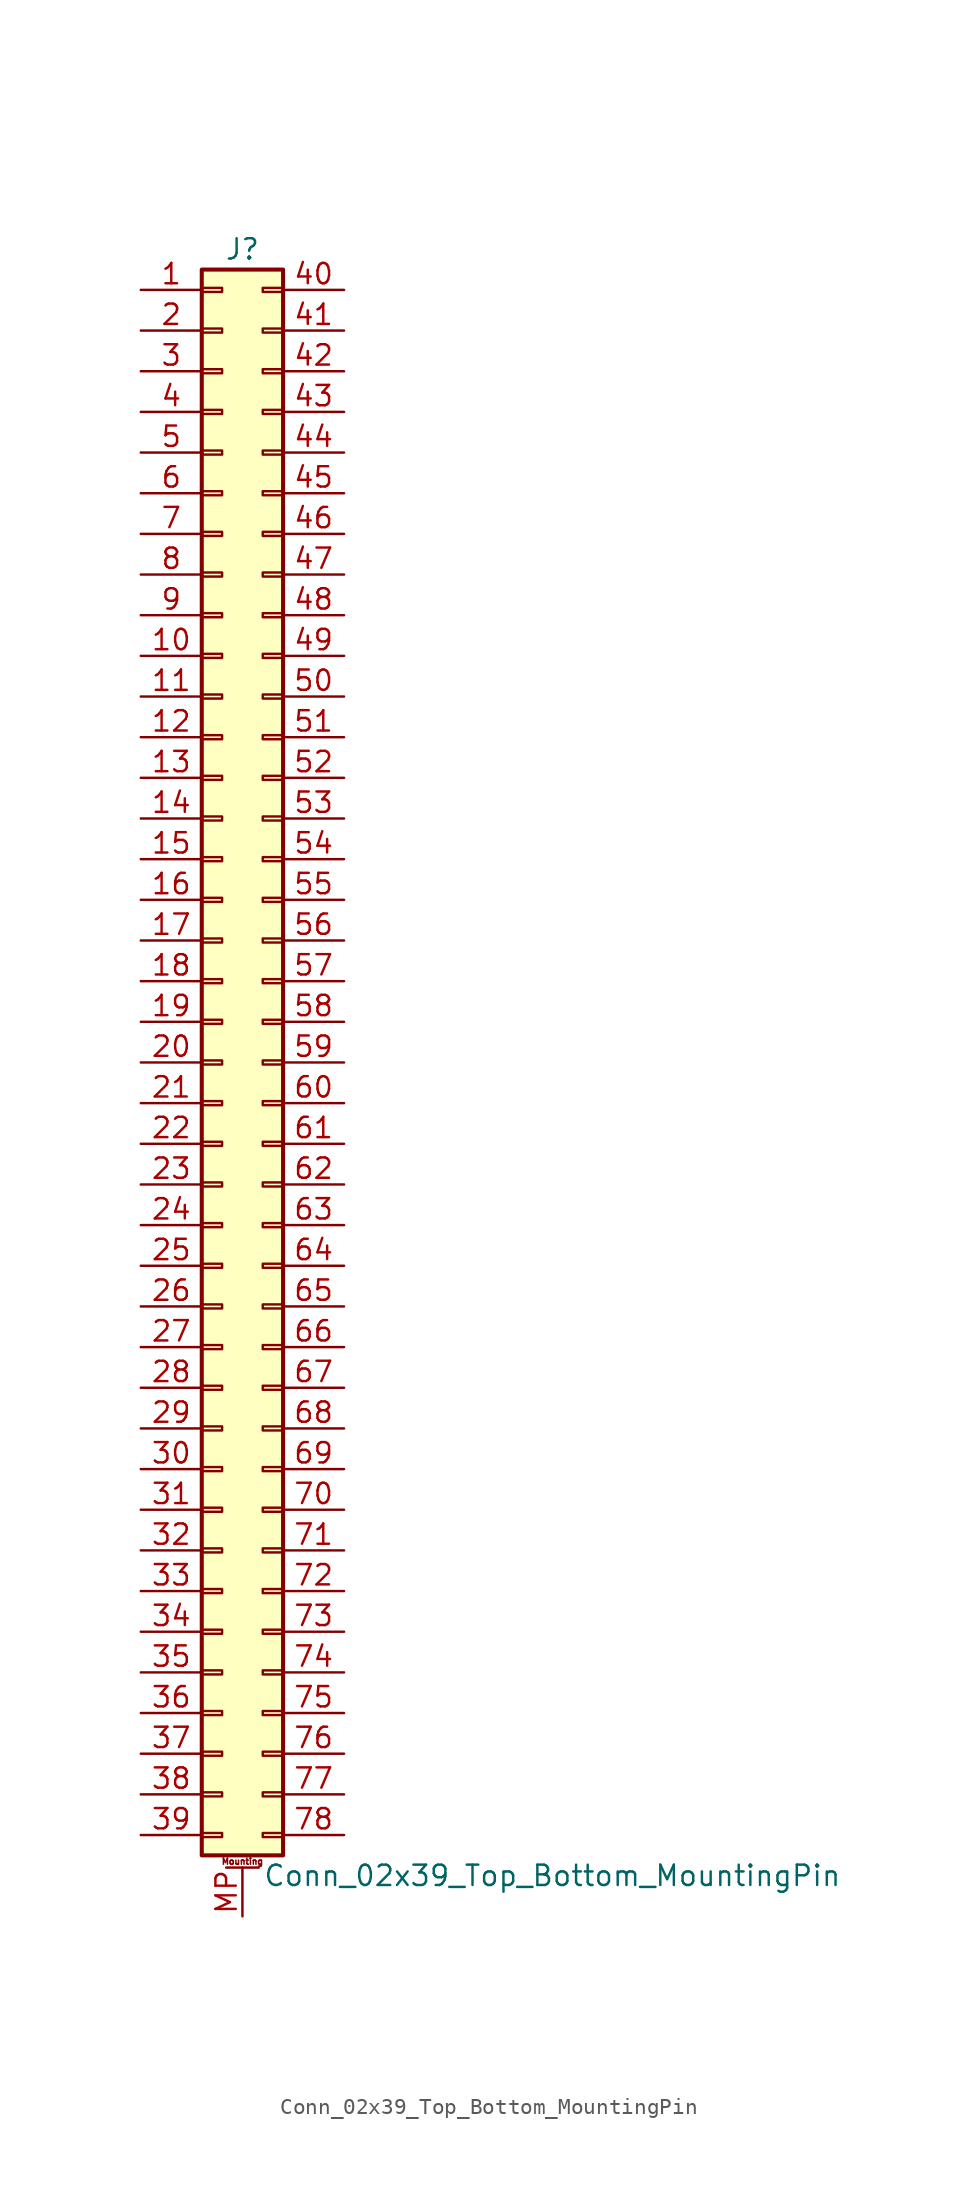
<source format=kicad_sym>
(kicad_symbol_lib
  (version 20220914)
  (generator kicad_symbol_editor)
  (symbol "Conn_02x39_Top_Bottom_MountingPin"
    (pin_names
      (offset 1.016) hide)
    (property "Reference" "J"
      (at 1.27 50.8 0)
      (effects (font (size 1.27 1.27))))
    (property "Value" "Conn_02x39_Top_Bottom_MountingPin"
      (at 2.54 -50.8 0)
      (effects (font (size 1.27 1.27)) (justify left)))
    (symbol "Conn_02x39_Top_Bottom_MountingPin_1_1"
      (rectangle (start -1.27 -48.133) (end 0 -48.387) (stroke (width 0.152) (type default)) (fill (type none)))
      (rectangle (start -1.27 -45.593) (end 0 -45.847) (stroke (width 0.152) (type default)) (fill (type none)))
      (rectangle (start -1.27 -43.053) (end 0 -43.307) (stroke (width 0.152) (type default)) (fill (type none)))
      (rectangle (start -1.27 -40.513) (end 0 -40.767) (stroke (width 0.152) (type default)) (fill (type none)))
      (rectangle (start -1.27 -37.973) (end 0 -38.227) (stroke (width 0.152) (type default)) (fill (type none)))
      (rectangle (start -1.27 -35.433) (end 0 -35.687) (stroke (width 0.152) (type default)) (fill (type none)))
      (rectangle (start -1.27 -32.893) (end 0 -33.147) (stroke (width 0.152) (type default)) (fill (type none)))
      (rectangle (start -1.27 -30.353) (end 0 -30.607) (stroke (width 0.152) (type default)) (fill (type none)))
      (rectangle (start -1.27 -27.813) (end 0 -28.067) (stroke (width 0.152) (type default)) (fill (type none)))
      (rectangle (start -1.27 -25.273) (end 0 -25.527) (stroke (width 0.152) (type default)) (fill (type none)))
      (rectangle (start -1.27 -22.733) (end 0 -22.987) (stroke (width 0.152) (type default)) (fill (type none)))
      (rectangle (start -1.27 -20.193) (end 0 -20.447) (stroke (width 0.152) (type default)) (fill (type none)))
      (rectangle (start -1.27 -17.653) (end 0 -17.907) (stroke (width 0.152) (type default)) (fill (type none)))
      (rectangle (start -1.27 -15.113) (end 0 -15.367) (stroke (width 0.152) (type default)) (fill (type none)))
      (rectangle (start -1.27 -12.573) (end 0 -12.827) (stroke (width 0.152) (type default)) (fill (type none)))
      (rectangle (start -1.27 -10.033) (end 0 -10.287) (stroke (width 0.152) (type default)) (fill (type none)))
      (rectangle (start -1.27 -7.493) (end 0 -7.747) (stroke (width 0.152) (type default)) (fill (type none)))
      (rectangle (start -1.27 -4.953) (end 0 -5.207) (stroke (width 0.152) (type default)) (fill (type none)))
      (rectangle (start -1.27 -2.413) (end 0 -2.667) (stroke (width 0.152) (type default)) (fill (type none)))
      (rectangle (start -1.27 0.127) (end 0 -0.127) (stroke (width 0.152) (type default)) (fill (type none)))
      (rectangle (start -1.27 2.667) (end 0 2.413) (stroke (width 0.152) (type default)) (fill (type none)))
      (rectangle (start -1.27 5.207) (end 0 4.953) (stroke (width 0.152) (type default)) (fill (type none)))
      (rectangle (start -1.27 7.747) (end 0 7.493) (stroke (width 0.152) (type default)) (fill (type none)))
      (rectangle (start -1.27 10.287) (end 0 10.033) (stroke (width 0.152) (type default)) (fill (type none)))
      (rectangle (start -1.27 12.827) (end 0 12.573) (stroke (width 0.152) (type default)) (fill (type none)))
      (rectangle (start -1.27 15.367) (end 0 15.113) (stroke (width 0.152) (type default)) (fill (type none)))
      (rectangle (start -1.27 17.907) (end 0 17.653) (stroke (width 0.152) (type default)) (fill (type none)))
      (rectangle (start -1.27 20.447) (end 0 20.193) (stroke (width 0.152) (type default)) (fill (type none)))
      (rectangle (start -1.27 22.987) (end 0 22.733) (stroke (width 0.152) (type default)) (fill (type none)))
      (rectangle (start -1.27 25.527) (end 0 25.273) (stroke (width 0.152) (type default)) (fill (type none)))
      (rectangle (start -1.27 28.067) (end 0 27.813) (stroke (width 0.152) (type default)) (fill (type none)))
      (rectangle (start -1.27 30.607) (end 0 30.353) (stroke (width 0.152) (type default)) (fill (type none)))
      (rectangle (start -1.27 33.147) (end 0 32.893) (stroke (width 0.152) (type default)) (fill (type none)))
      (rectangle (start -1.27 35.687) (end 0 35.433) (stroke (width 0.152) (type default)) (fill (type none)))
      (rectangle (start -1.27 38.227) (end 0 37.973) (stroke (width 0.152) (type default)) (fill (type none)))
      (rectangle (start -1.27 40.767) (end 0 40.513) (stroke (width 0.152) (type default)) (fill (type none)))
      (rectangle (start -1.27 43.307) (end 0 43.053) (stroke (width 0.152) (type default)) (fill (type none)))
      (rectangle (start -1.27 45.847) (end 0 45.593) (stroke (width 0.152) (type default)) (fill (type none)))
      (rectangle (start -1.27 48.387) (end 0 48.133) (stroke (width 0.152) (type default)) (fill (type none)))
      (rectangle (start -1.27 49.53) (end 3.81 -49.53) (stroke (width 0.254) (type default)) (fill (type background)))
      (polyline (pts (xy 0.254 -50.292) (xy 2.286 -50.292)) (stroke (width 0.152) (type default)) (fill (type none)))
      (rectangle (start 3.81 -48.133) (end 2.54 -48.387) (stroke (width 0.152) (type default)) (fill (type none)))
      (rectangle (start 3.81 -45.593) (end 2.54 -45.847) (stroke (width 0.152) (type default)) (fill (type none)))
      (rectangle (start 3.81 -43.053) (end 2.54 -43.307) (stroke (width 0.152) (type default)) (fill (type none)))
      (rectangle (start 3.81 -40.513) (end 2.54 -40.767) (stroke (width 0.152) (type default)) (fill (type none)))
      (rectangle (start 3.81 -37.973) (end 2.54 -38.227) (stroke (width 0.152) (type default)) (fill (type none)))
      (rectangle (start 3.81 -35.433) (end 2.54 -35.687) (stroke (width 0.152) (type default)) (fill (type none)))
      (rectangle (start 3.81 -32.893) (end 2.54 -33.147) (stroke (width 0.152) (type default)) (fill (type none)))
      (rectangle (start 3.81 -30.353) (end 2.54 -30.607) (stroke (width 0.152) (type default)) (fill (type none)))
      (rectangle (start 3.81 -27.813) (end 2.54 -28.067) (stroke (width 0.152) (type default)) (fill (type none)))
      (rectangle (start 3.81 -25.273) (end 2.54 -25.527) (stroke (width 0.152) (type default)) (fill (type none)))
      (rectangle (start 3.81 -22.733) (end 2.54 -22.987) (stroke (width 0.152) (type default)) (fill (type none)))
      (rectangle (start 3.81 -20.193) (end 2.54 -20.447) (stroke (width 0.152) (type default)) (fill (type none)))
      (rectangle (start 3.81 -17.653) (end 2.54 -17.907) (stroke (width 0.152) (type default)) (fill (type none)))
      (rectangle (start 3.81 -15.113) (end 2.54 -15.367) (stroke (width 0.152) (type default)) (fill (type none)))
      (rectangle (start 3.81 -12.573) (end 2.54 -12.827) (stroke (width 0.152) (type default)) (fill (type none)))
      (rectangle (start 3.81 -10.033) (end 2.54 -10.287) (stroke (width 0.152) (type default)) (fill (type none)))
      (rectangle (start 3.81 -7.493) (end 2.54 -7.747) (stroke (width 0.152) (type default)) (fill (type none)))
      (rectangle (start 3.81 -4.953) (end 2.54 -5.207) (stroke (width 0.152) (type default)) (fill (type none)))
      (rectangle (start 3.81 -2.413) (end 2.54 -2.667) (stroke (width 0.152) (type default)) (fill (type none)))
      (rectangle (start 3.81 0.127) (end 2.54 -0.127) (stroke (width 0.152) (type default)) (fill (type none)))
      (rectangle (start 3.81 2.667) (end 2.54 2.413) (stroke (width 0.152) (type default)) (fill (type none)))
      (rectangle (start 3.81 5.207) (end 2.54 4.953) (stroke (width 0.152) (type default)) (fill (type none)))
      (rectangle (start 3.81 7.747) (end 2.54 7.493) (stroke (width 0.152) (type default)) (fill (type none)))
      (rectangle (start 3.81 10.287) (end 2.54 10.033) (stroke (width 0.152) (type default)) (fill (type none)))
      (rectangle (start 3.81 12.827) (end 2.54 12.573) (stroke (width 0.152) (type default)) (fill (type none)))
      (rectangle (start 3.81 15.367) (end 2.54 15.113) (stroke (width 0.152) (type default)) (fill (type none)))
      (rectangle (start 3.81 17.907) (end 2.54 17.653) (stroke (width 0.152) (type default)) (fill (type none)))
      (rectangle (start 3.81 20.447) (end 2.54 20.193) (stroke (width 0.152) (type default)) (fill (type none)))
      (rectangle (start 3.81 22.987) (end 2.54 22.733) (stroke (width 0.152) (type default)) (fill (type none)))
      (rectangle (start 3.81 25.527) (end 2.54 25.273) (stroke (width 0.152) (type default)) (fill (type none)))
      (rectangle (start 3.81 28.067) (end 2.54 27.813) (stroke (width 0.152) (type default)) (fill (type none)))
      (rectangle (start 3.81 30.607) (end 2.54 30.353) (stroke (width 0.152) (type default)) (fill (type none)))
      (rectangle (start 3.81 33.147) (end 2.54 32.893) (stroke (width 0.152) (type default)) (fill (type none)))
      (rectangle (start 3.81 35.687) (end 2.54 35.433) (stroke (width 0.152) (type default)) (fill (type none)))
      (rectangle (start 3.81 38.227) (end 2.54 37.973) (stroke (width 0.152) (type default)) (fill (type none)))
      (rectangle (start 3.81 40.767) (end 2.54 40.513) (stroke (width 0.152) (type default)) (fill (type none)))
      (rectangle (start 3.81 43.307) (end 2.54 43.053) (stroke (width 0.152) (type default)) (fill (type none)))
      (rectangle (start 3.81 45.847) (end 2.54 45.593) (stroke (width 0.152) (type default)) (fill (type none)))
      (rectangle (start 3.81 48.387) (end 2.54 48.133) (stroke (width 0.152) (type default)) (fill (type none)))
      (text "Mounting" (at 1.27 -49.911 0) (effects (font (size 0.381 0.381))))
      (pin passive line (at -5.08 48.26 0) (length 3.81) (name "Pin_1" (effects (font (size 1.27 1.27)))) (number "1" (effects (font (size 1.27 1.27)))))
      (pin passive line (at -5.08 25.4 0) (length 3.81) (name "Pin_10" (effects (font (size 1.27 1.27)))) (number "10" (effects (font (size 1.27 1.27)))))
      (pin passive line (at -5.08 22.86 0) (length 3.81) (name "Pin_11" (effects (font (size 1.27 1.27)))) (number "11" (effects (font (size 1.27 1.27)))))
      (pin passive line (at -5.08 20.32 0) (length 3.81) (name "Pin_12" (effects (font (size 1.27 1.27)))) (number "12" (effects (font (size 1.27 1.27)))))
      (pin passive line (at -5.08 17.78 0) (length 3.81) (name "Pin_13" (effects (font (size 1.27 1.27)))) (number "13" (effects (font (size 1.27 1.27)))))
      (pin passive line (at -5.08 15.24 0) (length 3.81) (name "Pin_14" (effects (font (size 1.27 1.27)))) (number "14" (effects (font (size 1.27 1.27)))))
      (pin passive line (at -5.08 12.7 0) (length 3.81) (name "Pin_15" (effects (font (size 1.27 1.27)))) (number "15" (effects (font (size 1.27 1.27)))))
      (pin passive line (at -5.08 10.16 0) (length 3.81) (name "Pin_16" (effects (font (size 1.27 1.27)))) (number "16" (effects (font (size 1.27 1.27)))))
      (pin passive line (at -5.08 7.62 0) (length 3.81) (name "Pin_17" (effects (font (size 1.27 1.27)))) (number "17" (effects (font (size 1.27 1.27)))))
      (pin passive line (at -5.08 5.08 0) (length 3.81) (name "Pin_18" (effects (font (size 1.27 1.27)))) (number "18" (effects (font (size 1.27 1.27)))))
      (pin passive line (at -5.08 2.54 0) (length 3.81) (name "Pin_19" (effects (font (size 1.27 1.27)))) (number "19" (effects (font (size 1.27 1.27)))))
      (pin passive line (at -5.08 45.72 0) (length 3.81) (name "Pin_2" (effects (font (size 1.27 1.27)))) (number "2" (effects (font (size 1.27 1.27)))))
      (pin passive line (at -5.08 0 0) (length 3.81) (name "Pin_20" (effects (font (size 1.27 1.27)))) (number "20" (effects (font (size 1.27 1.27)))))
      (pin passive line (at -5.08 -2.54 0) (length 3.81) (name "Pin_21" (effects (font (size 1.27 1.27)))) (number "21" (effects (font (size 1.27 1.27)))))
      (pin passive line (at -5.08 -5.08 0) (length 3.81) (name "Pin_22" (effects (font (size 1.27 1.27)))) (number "22" (effects (font (size 1.27 1.27)))))
      (pin passive line (at -5.08 -7.62 0) (length 3.81) (name "Pin_23" (effects (font (size 1.27 1.27)))) (number "23" (effects (font (size 1.27 1.27)))))
      (pin passive line (at -5.08 -10.16 0) (length 3.81) (name "Pin_24" (effects (font (size 1.27 1.27)))) (number "24" (effects (font (size 1.27 1.27)))))
      (pin passive line (at -5.08 -12.7 0) (length 3.81) (name "Pin_25" (effects (font (size 1.27 1.27)))) (number "25" (effects (font (size 1.27 1.27)))))
      (pin passive line (at -5.08 -15.24 0) (length 3.81) (name "Pin_26" (effects (font (size 1.27 1.27)))) (number "26" (effects (font (size 1.27 1.27)))))
      (pin passive line (at -5.08 -17.78 0) (length 3.81) (name "Pin_27" (effects (font (size 1.27 1.27)))) (number "27" (effects (font (size 1.27 1.27)))))
      (pin passive line (at -5.08 -20.32 0) (length 3.81) (name "Pin_28" (effects (font (size 1.27 1.27)))) (number "28" (effects (font (size 1.27 1.27)))))
      (pin passive line (at -5.08 -22.86 0) (length 3.81) (name "Pin_29" (effects (font (size 1.27 1.27)))) (number "29" (effects (font (size 1.27 1.27)))))
      (pin passive line (at -5.08 43.18 0) (length 3.81) (name "Pin_3" (effects (font (size 1.27 1.27)))) (number "3" (effects (font (size 1.27 1.27)))))
      (pin passive line (at -5.08 -25.4 0) (length 3.81) (name "Pin_30" (effects (font (size 1.27 1.27)))) (number "30" (effects (font (size 1.27 1.27)))))
      (pin passive line (at -5.08 -27.94 0) (length 3.81) (name "Pin_31" (effects (font (size 1.27 1.27)))) (number "31" (effects (font (size 1.27 1.27)))))
      (pin passive line (at -5.08 -30.48 0) (length 3.81) (name "Pin_32" (effects (font (size 1.27 1.27)))) (number "32" (effects (font (size 1.27 1.27)))))
      (pin passive line (at -5.08 -33.02 0) (length 3.81) (name "Pin_33" (effects (font (size 1.27 1.27)))) (number "33" (effects (font (size 1.27 1.27)))))
      (pin passive line (at -5.08 -35.56 0) (length 3.81) (name "Pin_34" (effects (font (size 1.27 1.27)))) (number "34" (effects (font (size 1.27 1.27)))))
      (pin passive line (at -5.08 -38.1 0) (length 3.81) (name "Pin_35" (effects (font (size 1.27 1.27)))) (number "35" (effects (font (size 1.27 1.27)))))
      (pin passive line (at -5.08 -40.64 0) (length 3.81) (name "Pin_36" (effects (font (size 1.27 1.27)))) (number "36" (effects (font (size 1.27 1.27)))))
      (pin passive line (at -5.08 -43.18 0) (length 3.81) (name "Pin_37" (effects (font (size 1.27 1.27)))) (number "37" (effects (font (size 1.27 1.27)))))
      (pin passive line (at -5.08 -45.72 0) (length 3.81) (name "Pin_38" (effects (font (size 1.27 1.27)))) (number "38" (effects (font (size 1.27 1.27)))))
      (pin passive line (at -5.08 -48.26 0) (length 3.81) (name "Pin_39" (effects (font (size 1.27 1.27)))) (number "39" (effects (font (size 1.27 1.27)))))
      (pin passive line (at -5.08 40.64 0) (length 3.81) (name "Pin_4" (effects (font (size 1.27 1.27)))) (number "4" (effects (font (size 1.27 1.27)))))
      (pin passive line (at 7.62 48.26 180) (length 3.81) (name "Pin_40" (effects (font (size 1.27 1.27)))) (number "40" (effects (font (size 1.27 1.27)))))
      (pin passive line (at 7.62 45.72 180) (length 3.81) (name "Pin_41" (effects (font (size 1.27 1.27)))) (number "41" (effects (font (size 1.27 1.27)))))
      (pin passive line (at 7.62 43.18 180) (length 3.81) (name "Pin_42" (effects (font (size 1.27 1.27)))) (number "42" (effects (font (size 1.27 1.27)))))
      (pin passive line (at 7.62 40.64 180) (length 3.81) (name "Pin_43" (effects (font (size 1.27 1.27)))) (number "43" (effects (font (size 1.27 1.27)))))
      (pin passive line (at 7.62 38.1 180) (length 3.81) (name "Pin_44" (effects (font (size 1.27 1.27)))) (number "44" (effects (font (size 1.27 1.27)))))
      (pin passive line (at 7.62 35.56 180) (length 3.81) (name "Pin_45" (effects (font (size 1.27 1.27)))) (number "45" (effects (font (size 1.27 1.27)))))
      (pin passive line (at 7.62 33.02 180) (length 3.81) (name "Pin_46" (effects (font (size 1.27 1.27)))) (number "46" (effects (font (size 1.27 1.27)))))
      (pin passive line (at 7.62 30.48 180) (length 3.81) (name "Pin_47" (effects (font (size 1.27 1.27)))) (number "47" (effects (font (size 1.27 1.27)))))
      (pin passive line (at 7.62 27.94 180) (length 3.81) (name "Pin_48" (effects (font (size 1.27 1.27)))) (number "48" (effects (font (size 1.27 1.27)))))
      (pin passive line (at 7.62 25.4 180) (length 3.81) (name "Pin_49" (effects (font (size 1.27 1.27)))) (number "49" (effects (font (size 1.27 1.27)))))
      (pin passive line (at -5.08 38.1 0) (length 3.81) (name "Pin_5" (effects (font (size 1.27 1.27)))) (number "5" (effects (font (size 1.27 1.27)))))
      (pin passive line (at 7.62 22.86 180) (length 3.81) (name "Pin_50" (effects (font (size 1.27 1.27)))) (number "50" (effects (font (size 1.27 1.27)))))
      (pin passive line (at 7.62 20.32 180) (length 3.81) (name "Pin_51" (effects (font (size 1.27 1.27)))) (number "51" (effects (font (size 1.27 1.27)))))
      (pin passive line (at 7.62 17.78 180) (length 3.81) (name "Pin_52" (effects (font (size 1.27 1.27)))) (number "52" (effects (font (size 1.27 1.27)))))
      (pin passive line (at 7.62 15.24 180) (length 3.81) (name "Pin_53" (effects (font (size 1.27 1.27)))) (number "53" (effects (font (size 1.27 1.27)))))
      (pin passive line (at 7.62 12.7 180) (length 3.81) (name "Pin_54" (effects (font (size 1.27 1.27)))) (number "54" (effects (font (size 1.27 1.27)))))
      (pin passive line (at 7.62 10.16 180) (length 3.81) (name "Pin_55" (effects (font (size 1.27 1.27)))) (number "55" (effects (font (size 1.27 1.27)))))
      (pin passive line (at 7.62 7.62 180) (length 3.81) (name "Pin_56" (effects (font (size 1.27 1.27)))) (number "56" (effects (font (size 1.27 1.27)))))
      (pin passive line (at 7.62 5.08 180) (length 3.81) (name "Pin_57" (effects (font (size 1.27 1.27)))) (number "57" (effects (font (size 1.27 1.27)))))
      (pin passive line (at 7.62 2.54 180) (length 3.81) (name "Pin_58" (effects (font (size 1.27 1.27)))) (number "58" (effects (font (size 1.27 1.27)))))
      (pin passive line (at 7.62 0 180) (length 3.81) (name "Pin_59" (effects (font (size 1.27 1.27)))) (number "59" (effects (font (size 1.27 1.27)))))
      (pin passive line (at -5.08 35.56 0) (length 3.81) (name "Pin_6" (effects (font (size 1.27 1.27)))) (number "6" (effects (font (size 1.27 1.27)))))
      (pin passive line (at 7.62 -2.54 180) (length 3.81) (name "Pin_60" (effects (font (size 1.27 1.27)))) (number "60" (effects (font (size 1.27 1.27)))))
      (pin passive line (at 7.62 -5.08 180) (length 3.81) (name "Pin_61" (effects (font (size 1.27 1.27)))) (number "61" (effects (font (size 1.27 1.27)))))
      (pin passive line (at 7.62 -7.62 180) (length 3.81) (name "Pin_62" (effects (font (size 1.27 1.27)))) (number "62" (effects (font (size 1.27 1.27)))))
      (pin passive line (at 7.62 -10.16 180) (length 3.81) (name "Pin_63" (effects (font (size 1.27 1.27)))) (number "63" (effects (font (size 1.27 1.27)))))
      (pin passive line (at 7.62 -12.7 180) (length 3.81) (name "Pin_64" (effects (font (size 1.27 1.27)))) (number "64" (effects (font (size 1.27 1.27)))))
      (pin passive line (at 7.62 -15.24 180) (length 3.81) (name "Pin_65" (effects (font (size 1.27 1.27)))) (number "65" (effects (font (size 1.27 1.27)))))
      (pin passive line (at 7.62 -17.78 180) (length 3.81) (name "Pin_66" (effects (font (size 1.27 1.27)))) (number "66" (effects (font (size 1.27 1.27)))))
      (pin passive line (at 7.62 -20.32 180) (length 3.81) (name "Pin_67" (effects (font (size 1.27 1.27)))) (number "67" (effects (font (size 1.27 1.27)))))
      (pin passive line (at 7.62 -22.86 180) (length 3.81) (name "Pin_68" (effects (font (size 1.27 1.27)))) (number "68" (effects (font (size 1.27 1.27)))))
      (pin passive line (at 7.62 -25.4 180) (length 3.81) (name "Pin_69" (effects (font (size 1.27 1.27)))) (number "69" (effects (font (size 1.27 1.27)))))
      (pin passive line (at -5.08 33.02 0) (length 3.81) (name "Pin_7" (effects (font (size 1.27 1.27)))) (number "7" (effects (font (size 1.27 1.27)))))
      (pin passive line (at 7.62 -27.94 180) (length 3.81) (name "Pin_70" (effects (font (size 1.27 1.27)))) (number "70" (effects (font (size 1.27 1.27)))))
      (pin passive line (at 7.62 -30.48 180) (length 3.81) (name "Pin_71" (effects (font (size 1.27 1.27)))) (number "71" (effects (font (size 1.27 1.27)))))
      (pin passive line (at 7.62 -33.02 180) (length 3.81) (name "Pin_72" (effects (font (size 1.27 1.27)))) (number "72" (effects (font (size 1.27 1.27)))))
      (pin passive line (at 7.62 -35.56 180) (length 3.81) (name "Pin_73" (effects (font (size 1.27 1.27)))) (number "73" (effects (font (size 1.27 1.27)))))
      (pin passive line (at 7.62 -38.1 180) (length 3.81) (name "Pin_74" (effects (font (size 1.27 1.27)))) (number "74" (effects (font (size 1.27 1.27)))))
      (pin passive line (at 7.62 -40.64 180) (length 3.81) (name "Pin_75" (effects (font (size 1.27 1.27)))) (number "75" (effects (font (size 1.27 1.27)))))
      (pin passive line (at 7.62 -43.18 180) (length 3.81) (name "Pin_76" (effects (font (size 1.27 1.27)))) (number "76" (effects (font (size 1.27 1.27)))))
      (pin passive line (at 7.62 -45.72 180) (length 3.81) (name "Pin_77" (effects (font (size 1.27 1.27)))) (number "77" (effects (font (size 1.27 1.27)))))
      (pin passive line (at 7.62 -48.26 180) (length 3.81) (name "Pin_78" (effects (font (size 1.27 1.27)))) (number "78" (effects (font (size 1.27 1.27)))))
      (pin passive line (at -5.08 30.48 0) (length 3.81) (name "Pin_8" (effects (font (size 1.27 1.27)))) (number "8" (effects (font (size 1.27 1.27)))))
      (pin passive line (at -5.08 27.94 0) (length 3.81) (name "Pin_9" (effects (font (size 1.27 1.27)))) (number "9" (effects (font (size 1.27 1.27)))))
      (pin passive line (at 1.27 -53.34 90) (length 3.048) (name "MountPin" (effects (font (size 1.27 1.27)))) (number "MP" (effects (font (size 1.27 1.27))))))))
</source>
